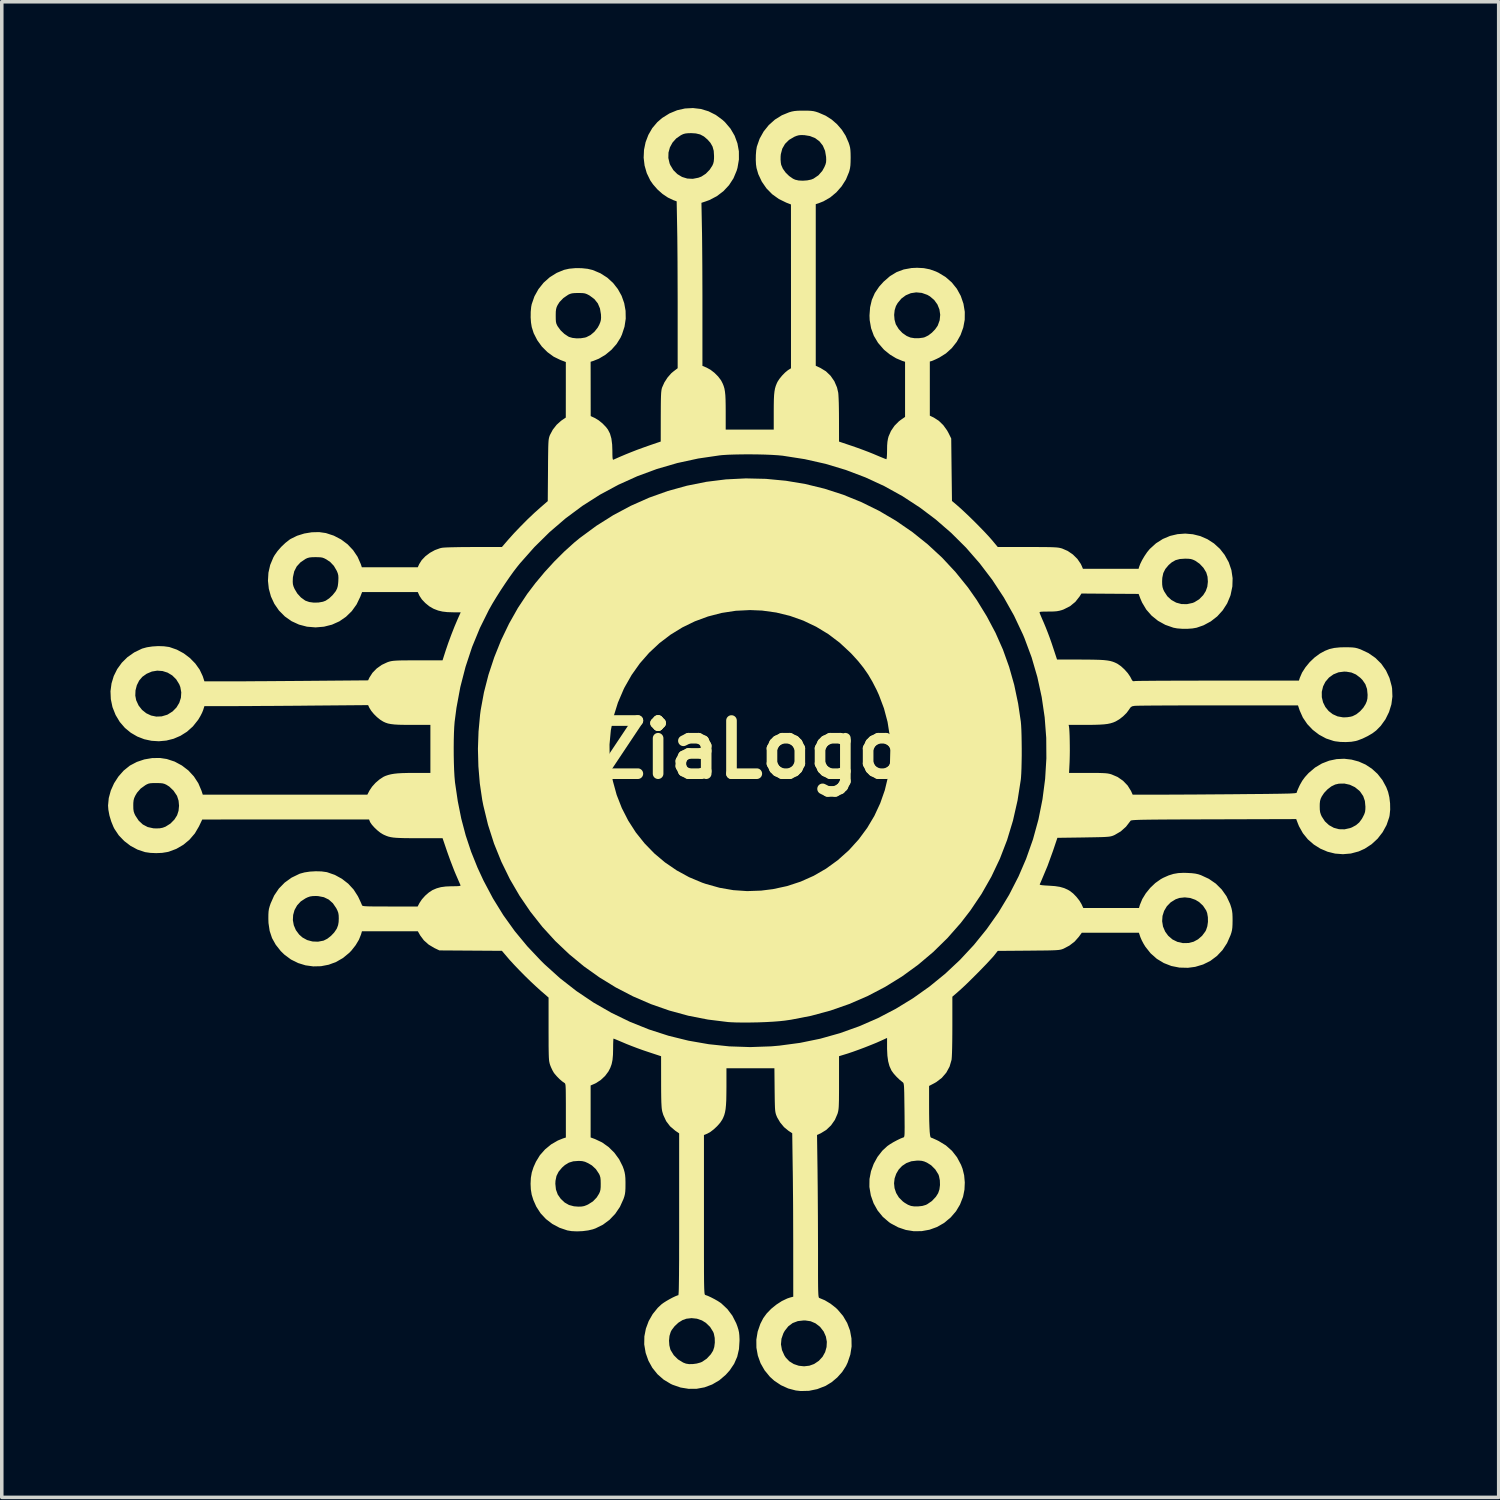
<source format=kicad_pcb>
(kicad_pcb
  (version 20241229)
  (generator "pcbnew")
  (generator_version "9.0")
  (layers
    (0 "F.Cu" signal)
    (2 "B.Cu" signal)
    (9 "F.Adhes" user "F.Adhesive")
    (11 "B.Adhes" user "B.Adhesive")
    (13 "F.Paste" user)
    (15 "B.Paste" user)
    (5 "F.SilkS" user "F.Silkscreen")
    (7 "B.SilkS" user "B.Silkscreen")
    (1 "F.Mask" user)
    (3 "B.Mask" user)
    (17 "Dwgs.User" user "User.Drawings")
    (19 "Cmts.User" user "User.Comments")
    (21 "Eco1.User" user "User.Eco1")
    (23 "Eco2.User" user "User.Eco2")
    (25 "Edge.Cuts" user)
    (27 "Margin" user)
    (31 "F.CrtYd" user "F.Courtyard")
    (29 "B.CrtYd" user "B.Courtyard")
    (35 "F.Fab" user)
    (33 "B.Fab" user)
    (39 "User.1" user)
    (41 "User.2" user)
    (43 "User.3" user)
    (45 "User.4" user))
  (footprint "ZiaLogo"
    (layer "F.Cu")
    (at 18.134 18.111)
    (property "Reference" "ZiaLogo" (at 0 0 0) (layer "F.SilkS") (effects (font (size 1.5 1.5) (thickness 0.3))))
    (attr board_only exclude_from_pos_files exclude_from_bom)
    (fp_poly (pts (xy 0.434 -7.644) (xy 1.002 -7.59) (xy 1.55 -7.498) (xy 2.091 -7.366) (xy 2.62 -7.195) (xy 3.134 -6.986) (xy 3.632 -6.74) (xy 4.11 -6.459) (xy 4.567 -6.144) (xy 5.001 -5.797) (xy 5.409 -5.42) (xy 5.788 -5.013) (xy 6.138 -4.58) (xy 6.386 -4.226) (xy 6.67 -3.764) (xy 6.917 -3.298) (xy 7.127 -2.824) (xy 7.302 -2.335) (xy 7.445 -1.829) (xy 7.556 -1.299) (xy 7.631 -0.794) (xy 7.64 -0.693) (xy 7.647 -0.558) (xy 7.652 -0.396) (xy 7.655 -0.216) (xy 7.657 -0.026) (xy 7.657 0.167) (xy 7.654 0.353) (xy 7.65 0.526) (xy 7.644 0.676) (xy 7.636 0.797) (xy 7.631 0.847) (xy 7.539 1.435) (xy 7.41 2.003) (xy 7.244 2.551) (xy 7.041 3.078) (xy 6.8 3.586) (xy 6.522 4.074) (xy 6.206 4.543) (xy 5.937 4.891) (xy 5.562 5.317) (xy 5.159 5.712) (xy 4.73 6.074) (xy 4.277 6.403) (xy 3.801 6.697) (xy 3.304 6.957) (xy 2.789 7.18) (xy 2.256 7.366) (xy 1.708 7.514) (xy 1.146 7.623) (xy 0.968 7.649) (xy 0.818 7.665) (xy 0.637 7.679) (xy 0.435 7.69) (xy 0.22 7.698) (xy 0.003 7.702) (xy -0.206 7.703) (xy -0.398 7.701) (xy -0.562 7.694) (xy -0.636 7.689) (xy -1.202 7.619) (xy -1.754 7.511) (xy -2.292 7.364) (xy -2.813 7.182) (xy -3.316 6.964) (xy -3.8 6.713) (xy -4.263 6.429) (xy -4.704 6.115) (xy -5.12 5.771) (xy -5.511 5.4) (xy -5.875 5.001) (xy -6.21 4.577) (xy -6.516 4.128) (xy -6.79 3.658) (xy -7.031 3.165) (xy -7.238 2.653) (xy -7.408 2.122) (xy -7.541 1.574) (xy -7.572 1.416) (xy -7.64 0.954) (xy -7.68 0.472) (xy -7.693 -0.021) (xy -7.689 -0.143) (xy -3.979 -0.143) (xy -3.974 0.262) (xy -3.927 0.669) (xy -3.884 0.887) (xy -3.777 1.277) (xy -3.631 1.65) (xy -3.45 2.004) (xy -3.236 2.337) (xy -2.989 2.646) (xy -2.714 2.929) (xy -2.411 3.184) (xy -2.083 3.408) (xy -1.732 3.6) (xy -1.36 3.756) (xy -1.26 3.79) (xy -0.872 3.899) (xy -0.485 3.966) (xy -0.095 3.993) (xy 0.302 3.979) (xy 0.636 3.937) (xy 1.034 3.851) (xy 1.418 3.725) (xy 1.785 3.561) (xy 2.133 3.36) (xy 2.463 3.121) (xy 2.771 2.846) (xy 2.788 2.829) (xy 3.059 2.529) (xy 3.296 2.208) (xy 3.498 1.868) (xy 3.663 1.513) (xy 3.792 1.145) (xy 3.883 0.767) (xy 3.937 0.382) (xy 3.953 -0.006) (xy 3.931 -0.396) (xy 3.87 -0.783) (xy 3.768 -1.166) (xy 3.627 -1.541) (xy 3.562 -1.684) (xy 3.443 -1.916) (xy 3.322 -2.122) (xy 3.19 -2.312) (xy 3.041 -2.498) (xy 2.865 -2.692) (xy 2.818 -2.74) (xy 2.519 -3.018) (xy 2.197 -3.262) (xy 1.854 -3.47) (xy 1.493 -3.642) (xy 1.116 -3.776) (xy 0.727 -3.871) (xy 0.328 -3.926) (xy -0.011 -3.94) (xy -0.417 -3.92) (xy -0.814 -3.859) (xy -1.199 -3.759) (xy -1.57 -3.622) (xy -1.923 -3.45) (xy -2.258 -3.244) (xy -2.571 -3.005) (xy -2.86 -2.735) (xy -3.122 -2.436) (xy -3.354 -2.109) (xy -3.555 -1.756) (xy -3.58 -1.705) (xy -3.742 -1.326) (xy -3.863 -0.938) (xy -3.942 -0.543) (xy -3.979 -0.143) (xy -7.689 -0.143) (xy -7.676 -0.512) (xy -7.632 -0.99) (xy -7.614 -1.123) (xy -7.523 -1.617) (xy -7.395 -2.115) (xy -7.232 -2.608) (xy -7.038 -3.092) (xy -6.814 -3.558) (xy -6.564 -4.001) (xy -6.304 -4.393) (xy -6.069 -4.703) (xy -5.811 -5.012) (xy -5.537 -5.311) (xy -5.256 -5.591) (xy -4.976 -5.844) (xy -4.819 -5.973) (xy -4.355 -6.315) (xy -3.873 -6.619) (xy -3.374 -6.885) (xy -2.86 -7.113) (xy -2.333 -7.301) (xy -1.795 -7.45) (xy -1.248 -7.56) (xy -0.693 -7.629) (xy -0.131 -7.657)) (stroke (width 0) (type solid)) (fill yes) (layer "F.SilkS"))
    (fp_poly (pts (xy -1.401 -18.085) (xy -1.185 -18.02) (xy -0.98 -17.917) (xy -0.788 -17.776) (xy -0.718 -17.711) (xy -0.564 -17.53) (xy -0.447 -17.33) (xy -0.368 -17.115) (xy -0.327 -16.89) (xy -0.326 -16.658) (xy -0.366 -16.424) (xy -0.39 -16.342) (xy -0.48 -16.127) (xy -0.606 -15.933) (xy -0.763 -15.765) (xy -0.948 -15.624) (xy -1.159 -15.514) (xy -1.269 -15.474) (xy -1.384 -15.436) (xy -1.37 -14.706) (xy -1.367 -14.558) (xy -1.365 -14.374) (xy -1.363 -14.159) (xy -1.361 -13.918) (xy -1.359 -13.658) (xy -1.358 -13.384) (xy -1.357 -13.102) (xy -1.356 -12.817) (xy -1.356 -12.535) (xy -1.356 -12.404) (xy -1.356 -10.833) (xy -1.238 -10.784) (xy -1.129 -10.724) (xy -1.016 -10.637) (xy -0.914 -10.535) (xy -0.835 -10.431) (xy -0.821 -10.407) (xy -0.785 -10.336) (xy -0.757 -10.267) (xy -0.735 -10.193) (xy -0.72 -10.107) (xy -0.709 -10.004) (xy -0.703 -9.877) (xy -0.7 -9.72) (xy -0.699 -9.544) (xy -0.699 -9.035) (xy -0.021 -9.035) (xy 0.657 -9.035) (xy 0.657 -9.544) (xy 0.658 -9.734) (xy 0.661 -9.888) (xy 0.667 -10.011) (xy 0.678 -10.112) (xy 0.693 -10.195) (xy 0.714 -10.267) (xy 0.741 -10.335) (xy 0.764 -10.384) (xy 0.818 -10.467) (xy 0.893 -10.559) (xy 0.977 -10.645) (xy 1.057 -10.711) (xy 1.073 -10.721) (xy 1.144 -10.765) (xy 1.144 -13.078) (xy 1.143 -15.39) (xy 1.011 -15.441) (xy 0.802 -15.543) (xy 0.614 -15.678) (xy 0.452 -15.843) (xy 0.32 -16.034) (xy 0.221 -16.245) (xy 0.171 -16.418) (xy 0.156 -16.52) (xy 0.15 -16.648) (xy 0.15 -16.655) (xy 0.85 -16.655) (xy 0.857 -16.567) (xy 0.867 -16.508) (xy 0.914 -16.399) (xy 0.992 -16.29) (xy 1.091 -16.193) (xy 1.2 -16.117) (xy 1.263 -16.088) (xy 1.36 -16.066) (xy 1.479 -16.06) (xy 1.602 -16.069) (xy 1.714 -16.092) (xy 1.779 -16.118) (xy 1.919 -16.213) (xy 2.028 -16.338) (xy 2.087 -16.445) (xy 2.118 -16.519) (xy 2.134 -16.581) (xy 2.138 -16.65) (xy 2.135 -16.733) (xy 2.106 -16.903) (xy 2.043 -17.05) (xy 1.949 -17.17) (xy 1.826 -17.262) (xy 1.678 -17.321) (xy 1.524 -17.346) (xy 1.433 -17.349) (xy 1.365 -17.343) (xy 1.302 -17.326) (xy 1.234 -17.298) (xy 1.089 -17.212) (xy 0.976 -17.1) (xy 0.898 -16.965) (xy 0.857 -16.809) (xy 0.851 -16.746) (xy 0.85 -16.655) (xy 0.15 -16.655) (xy 0.152 -16.784) (xy 0.162 -16.913) (xy 0.179 -17.018) (xy 0.18 -17.022) (xy 0.258 -17.245) (xy 0.371 -17.448) (xy 0.516 -17.629) (xy 0.689 -17.784) (xy 0.886 -17.907) (xy 1.091 -17.991) (xy 1.168 -18.013) (xy 1.244 -18.027) (xy 1.331 -18.035) (xy 1.443 -18.038) (xy 1.504 -18.038) (xy 1.623 -18.037) (xy 1.711 -18.032) (xy 1.782 -18.023) (xy 1.847 -18.007) (xy 1.919 -17.983) (xy 1.924 -17.981) (xy 2.12 -17.896) (xy 2.289 -17.789) (xy 2.444 -17.654) (xy 2.58 -17.497) (xy 2.687 -17.328) (xy 2.771 -17.135) (xy 2.795 -17.062) (xy 2.812 -16.996) (xy 2.821 -16.926) (xy 2.826 -16.84) (xy 2.828 -16.723) (xy 2.828 -16.714) (xy 2.826 -16.588) (xy 2.821 -16.491) (xy 2.81 -16.412) (xy 2.792 -16.337) (xy 2.781 -16.301) (xy 2.695 -16.093) (xy 2.574 -15.902) (xy 2.425 -15.732) (xy 2.252 -15.588) (xy 2.061 -15.478) (xy 1.922 -15.423) (xy 1.843 -15.398) (xy 1.843 -13.117) (xy 1.843 -10.836) (xy 1.974 -10.775) (xy 2.13 -10.68) (xy 2.262 -10.553) (xy 2.368 -10.399) (xy 2.443 -10.225) (xy 2.478 -10.073) (xy 2.483 -10.013) (xy 2.488 -9.917) (xy 2.493 -9.794) (xy 2.496 -9.649) (xy 2.498 -9.491) (xy 2.499 -9.325) (xy 2.499 -9.311) (xy 2.5 -8.696) (xy 2.865 -8.573) (xy 3.012 -8.522) (xy 3.171 -8.464) (xy 3.329 -8.404) (xy 3.469 -8.348) (xy 3.525 -8.324) (xy 3.629 -8.28) (xy 3.719 -8.243) (xy 3.788 -8.215) (xy 3.83 -8.2) (xy 3.837 -8.198) (xy 3.844 -8.218) (xy 3.85 -8.272) (xy 3.854 -8.352) (xy 3.856 -8.45) (xy 3.856 -8.45) (xy 3.858 -8.584) (xy 3.866 -8.688) (xy 3.881 -8.775) (xy 3.898 -8.84) (xy 3.966 -8.996) (xy 4.065 -9.142) (xy 4.188 -9.266) (xy 4.244 -9.309) (xy 4.364 -9.392) (xy 4.364 -10.17) (xy 4.364 -10.949) (xy 4.285 -10.974) (xy 4.112 -11.047) (xy 3.94 -11.151) (xy 3.784 -11.277) (xy 3.758 -11.302) (xy 3.601 -11.484) (xy 3.483 -11.682) (xy 3.405 -11.896) (xy 3.365 -12.126) (xy 3.36 -12.255) (xy 3.361 -12.272) (xy 4.056 -12.272) (xy 4.067 -12.136) (xy 4.1 -12.014) (xy 4.106 -12.001) (xy 4.184 -11.873) (xy 4.288 -11.762) (xy 4.41 -11.677) (xy 4.515 -11.633) (xy 4.627 -11.615) (xy 4.754 -11.614) (xy 4.875 -11.63) (xy 4.921 -11.643) (xy 5.02 -11.692) (xy 5.121 -11.769) (xy 5.212 -11.863) (xy 5.281 -11.961) (xy 5.287 -11.972) (xy 5.341 -12.122) (xy 5.356 -12.276) (xy 5.334 -12.426) (xy 5.277 -12.567) (xy 5.187 -12.692) (xy 5.067 -12.794) (xy 4.992 -12.838) (xy 4.836 -12.893) (xy 4.679 -12.908) (xy 4.527 -12.885) (xy 4.386 -12.826) (xy 4.26 -12.733) (xy 4.155 -12.607) (xy 4.106 -12.521) (xy 4.07 -12.406) (xy 4.056 -12.272) (xy 3.361 -12.272) (xy 3.377 -12.487) (xy 3.426 -12.696) (xy 3.51 -12.888) (xy 3.632 -13.069) (xy 3.759 -13.21) (xy 3.937 -13.365) (xy 4.124 -13.479) (xy 4.327 -13.555) (xy 4.548 -13.595) (xy 4.703 -13.602) (xy 4.893 -13.592) (xy 5.064 -13.558) (xy 5.232 -13.498) (xy 5.307 -13.463) (xy 5.507 -13.342) (xy 5.681 -13.19) (xy 5.825 -13.011) (xy 5.936 -12.809) (xy 6.012 -12.588) (xy 6.05 -12.358) (xy 6.048 -12.135) (xy 6.007 -11.916) (xy 5.931 -11.705) (xy 5.822 -11.51) (xy 5.683 -11.334) (xy 5.518 -11.185) (xy 5.33 -11.067) (xy 5.328 -11.066) (xy 5.246 -11.026) (xy 5.173 -10.993) (xy 5.122 -10.972) (xy 5.111 -10.969) (xy 5.063 -10.956) (xy 5.063 -10.192) (xy 5.063 -9.428) (xy 5.178 -9.372) (xy 5.316 -9.283) (xy 5.442 -9.161) (xy 5.549 -9.013) (xy 5.589 -8.941) (xy 5.667 -8.783) (xy 5.677 -7.902) (xy 5.688 -7.02) (xy 5.847 -6.885) (xy 5.951 -6.793) (xy 6.074 -6.678) (xy 6.209 -6.549) (xy 6.348 -6.412) (xy 6.484 -6.274) (xy 6.611 -6.143) (xy 6.721 -6.025) (xy 6.807 -5.928) (xy 6.811 -5.923) (xy 6.98 -5.721) (xy 7.82 -5.72) (xy 8.033 -5.72) (xy 8.208 -5.719) (xy 8.35 -5.718) (xy 8.464 -5.716) (xy 8.553 -5.713) (xy 8.623 -5.709) (xy 8.677 -5.704) (xy 8.721 -5.697) (xy 8.76 -5.688) (xy 8.796 -5.678) (xy 8.955 -5.609) (xy 9.101 -5.509) (xy 9.228 -5.384) (xy 9.324 -5.243) (xy 9.353 -5.182) (xy 9.385 -5.105) (xy 10.171 -5.105) (xy 10.956 -5.105) (xy 10.969 -5.153) (xy 11.002 -5.242) (xy 11.055 -5.35) (xy 11.123 -5.465) (xy 11.196 -5.573) (xy 11.269 -5.662) (xy 11.274 -5.667) (xy 11.448 -5.825) (xy 11.64 -5.947) (xy 11.844 -6.033) (xy 12.056 -6.083) (xy 12.272 -6.099) (xy 12.488 -6.08) (xy 12.698 -6.028) (xy 12.898 -5.941) (xy 13.084 -5.821) (xy 13.252 -5.668) (xy 13.385 -5.498) (xy 13.501 -5.289) (xy 13.576 -5.069) (xy 13.61 -4.84) (xy 13.603 -4.607) (xy 13.554 -4.371) (xy 13.546 -4.343) (xy 13.456 -4.128) (xy 13.331 -3.933) (xy 13.176 -3.762) (xy 12.994 -3.62) (xy 12.79 -3.51) (xy 12.594 -3.442) (xy 12.475 -3.421) (xy 12.332 -3.411) (xy 12.182 -3.412) (xy 12.042 -3.423) (xy 11.937 -3.443) (xy 11.71 -3.523) (xy 11.504 -3.637) (xy 11.324 -3.782) (xy 11.173 -3.954) (xy 11.055 -4.152) (xy 11.006 -4.265) (xy 10.957 -4.396) (xy 10.15 -4.401) (xy 9.343 -4.407) (xy 9.29 -4.323) (xy 9.17 -4.171) (xy 9.02 -4.049) (xy 8.842 -3.959) (xy 8.794 -3.941) (xy 8.722 -3.921) (xy 8.646 -3.907) (xy 8.552 -3.9) (xy 8.43 -3.898) (xy 8.408 -3.898) (xy 8.3 -3.897) (xy 8.228 -3.895) (xy 8.185 -3.891) (xy 8.165 -3.882) (xy 8.16 -3.869) (xy 8.162 -3.861) (xy 8.175 -3.828) (xy 8.201 -3.766) (xy 8.237 -3.681) (xy 8.28 -3.583) (xy 8.29 -3.559) (xy 8.337 -3.446) (xy 8.392 -3.306) (xy 8.449 -3.154) (xy 8.502 -3.003) (xy 8.53 -2.919) (xy 8.654 -2.544) (xy 9.321 -2.543) (xy 9.536 -2.542) (xy 9.714 -2.539) (xy 9.859 -2.535) (xy 9.978 -2.528) (xy 10.074 -2.517) (xy 10.154 -2.503) (xy 10.223 -2.484) (xy 10.285 -2.46) (xy 10.346 -2.431) (xy 10.364 -2.421) (xy 10.459 -2.355) (xy 10.558 -2.264) (xy 10.65 -2.161) (xy 10.72 -2.058) (xy 10.738 -2.023) (xy 10.768 -1.965) (xy 10.792 -1.937) (xy 10.821 -1.931) (xy 10.85 -1.936) (xy 10.88 -1.938) (xy 10.949 -1.939) (xy 11.055 -1.941) (xy 11.195 -1.942) (xy 11.365 -1.944) (xy 11.564 -1.945) (xy 11.789 -1.946) (xy 12.035 -1.947) (xy 12.302 -1.948) (xy 12.585 -1.948) (xy 12.882 -1.949) (xy 13.191 -1.949) (xy 13.199 -1.949) (xy 15.482 -1.949) (xy 15.507 -2.028) (xy 15.57 -2.174) (xy 15.666 -2.324) (xy 15.785 -2.469) (xy 15.922 -2.6) (xy 16.067 -2.707) (xy 16.081 -2.716) (xy 16.215 -2.789) (xy 16.344 -2.84) (xy 16.48 -2.871) (xy 16.637 -2.887) (xy 16.789 -2.891) (xy 16.907 -2.889) (xy 16.995 -2.885) (xy 17.064 -2.877) (xy 17.126 -2.863) (xy 17.191 -2.841) (xy 17.223 -2.83) (xy 17.446 -2.725) (xy 17.641 -2.589) (xy 17.806 -2.426) (xy 17.939 -2.236) (xy 18.038 -2.023) (xy 18.101 -1.79) (xy 18.112 -1.724) (xy 18.121 -1.501) (xy 18.092 -1.278) (xy 18.025 -1.061) (xy 17.924 -0.856) (xy 17.791 -0.671) (xy 17.663 -0.541) (xy 17.557 -0.461) (xy 17.424 -0.383) (xy 17.28 -0.313) (xy 17.141 -0.26) (xy 17.086 -0.244) (xy 16.957 -0.222) (xy 16.805 -0.214) (xy 16.648 -0.218) (xy 16.504 -0.236) (xy 16.461 -0.245) (xy 16.249 -0.315) (xy 16.051 -0.422) (xy 15.872 -0.559) (xy 15.718 -0.721) (xy 15.593 -0.905) (xy 15.505 -1.102) (xy 15.455 -1.25) (xy 13.196 -1.25) (xy 12.888 -1.25) (xy 12.591 -1.249) (xy 12.307 -1.249) (xy 12.04 -1.248) (xy 11.791 -1.247) (xy 11.565 -1.246) (xy 11.365 -1.245) (xy 11.192 -1.243) (xy 11.05 -1.242) (xy 10.942 -1.24) (xy 10.87 -1.238) (xy 10.839 -1.236) (xy 10.776 -1.224) (xy 10.735 -1.199) (xy 10.699 -1.151) (xy 10.688 -1.133) (xy 10.617 -1.037) (xy 10.519 -0.94) (xy 10.409 -0.855) (xy 10.31 -0.797) (xy 10.24 -0.767) (xy 10.165 -0.744) (xy 10.08 -0.726) (xy 9.979 -0.714) (xy 9.855 -0.706) (xy 9.703 -0.701) (xy 9.516 -0.699) (xy 9.465 -0.699) (xy 8.981 -0.699) (xy 8.991 -0.651) (xy 8.998 -0.596) (xy 9.004 -0.506) (xy 9.009 -0.39) (xy 9.012 -0.256) (xy 9.014 -0.113) (xy 9.015 0.033) (xy 9.013 0.172) (xy 9.01 0.296) (xy 9.008 0.355) (xy 8.993 0.657) (xy 9.525 0.657) (xy 9.695 0.657) (xy 9.828 0.658) (xy 9.931 0.661) (xy 10.01 0.665) (xy 10.073 0.671) (xy 10.124 0.68) (xy 10.171 0.692) (xy 10.193 0.699) (xy 10.364 0.772) (xy 10.518 0.879) (xy 10.646 1.012) (xy 10.742 1.166) (xy 10.749 1.182) (xy 10.789 1.271) (xy 11.469 1.271) (xy 11.605 1.271) (xy 11.778 1.27) (xy 11.982 1.269) (xy 12.213 1.268) (xy 12.465 1.267) (xy 12.734 1.265) (xy 13.012 1.263) (xy 13.297 1.261) (xy 13.581 1.259) (xy 13.786 1.257) (xy 14.088 1.254) (xy 14.351 1.252) (xy 14.577 1.25) (xy 14.769 1.247) (xy 14.93 1.245) (xy 15.062 1.242) (xy 15.169 1.24) (xy 15.252 1.237) (xy 15.315 1.233) (xy 15.36 1.23) (xy 15.391 1.225) (xy 15.41 1.22) (xy 15.419 1.214) (xy 15.422 1.208) (xy 15.422 1.206) (xy 15.431 1.172) (xy 15.456 1.111) (xy 15.491 1.034) (xy 15.51 0.994) (xy 15.576 0.878) (xy 15.652 0.774) (xy 15.751 0.665) (xy 15.759 0.657) (xy 15.938 0.505) (xy 16.132 0.39) (xy 16.336 0.311) (xy 16.546 0.267) (xy 16.758 0.257) (xy 16.967 0.281) (xy 17.171 0.336) (xy 17.364 0.422) (xy 17.542 0.539) (xy 17.701 0.684) (xy 17.838 0.858) (xy 17.947 1.059) (xy 17.999 1.194) (xy 18.035 1.347) (xy 18.055 1.518) (xy 18.058 1.692) (xy 18.042 1.852) (xy 18.031 1.907) (xy 17.956 2.127) (xy 17.845 2.33) (xy 17.703 2.513) (xy 17.533 2.67) (xy 17.34 2.796) (xy 17.169 2.873) (xy 16.948 2.932) (xy 16.724 2.951) (xy 16.503 2.934) (xy 16.289 2.881) (xy 16.086 2.794) (xy 15.9 2.677) (xy 15.734 2.532) (xy 15.594 2.359) (xy 15.484 2.162) (xy 15.455 2.091) (xy 15.405 1.96) (xy 13.078 1.967) (xy 12.711 1.968) (xy 12.384 1.969) (xy 12.095 1.97) (xy 11.842 1.971) (xy 11.621 1.973) (xy 11.432 1.974) (xy 11.271 1.976) (xy 11.136 1.978) (xy 11.025 1.98) (xy 10.936 1.983) (xy 10.867 1.986) (xy 10.814 1.989) (xy 10.777 1.993) (xy 10.752 1.997) (xy 10.737 2.001) (xy 10.73 2.006) (xy 10.73 2.007) (xy 10.6 2.176) (xy 10.452 2.308) (xy 10.283 2.407) (xy 10.245 2.424) (xy 10.213 2.436) (xy 10.18 2.445) (xy 10.14 2.453) (xy 10.088 2.459) (xy 10.02 2.464) (xy 9.931 2.468) (xy 9.816 2.471) (xy 9.67 2.474) (xy 9.488 2.477) (xy 9.4 2.479) (xy 8.664 2.489) (xy 8.539 2.86) (xy 8.385 3.284) (xy 8.198 3.73) (xy 8.164 3.805) (xy 8.177 3.816) (xy 8.227 3.826) (xy 8.316 3.834) (xy 8.425 3.84) (xy 8.597 3.852) (xy 8.737 3.874) (xy 8.855 3.908) (xy 8.961 3.956) (xy 9.017 3.989) (xy 9.109 4.06) (xy 9.202 4.156) (xy 9.286 4.262) (xy 9.346 4.363) (xy 9.347 4.366) (xy 9.395 4.47) (xy 10.181 4.47) (xy 10.967 4.47) (xy 10.993 4.38) (xy 11.06 4.218) (xy 11.16 4.055) (xy 11.285 3.901) (xy 11.428 3.765) (xy 11.582 3.656) (xy 11.651 3.618) (xy 11.802 3.551) (xy 11.939 3.508) (xy 12.077 3.484) (xy 12.232 3.477) (xy 12.329 3.48) (xy 12.457 3.487) (xy 12.556 3.499) (xy 12.639 3.517) (xy 12.716 3.543) (xy 12.94 3.647) (xy 13.136 3.782) (xy 13.302 3.947) (xy 13.437 4.137) (xy 13.538 4.353) (xy 13.552 4.394) (xy 13.578 4.477) (xy 13.594 4.55) (xy 13.604 4.627) (xy 13.608 4.722) (xy 13.609 4.819) (xy 13.607 4.937) (xy 13.602 5.026) (xy 13.592 5.099) (xy 13.574 5.17) (xy 13.551 5.238) (xy 13.453 5.461) (xy 13.324 5.658) (xy 13.166 5.825) (xy 12.983 5.962) (xy 12.778 6.064) (xy 12.554 6.131) (xy 12.349 6.158) (xy 12.109 6.152) (xy 11.881 6.107) (xy 11.666 6.023) (xy 11.47 5.904) (xy 11.296 5.75) (xy 11.149 5.565) (xy 11.095 5.477) (xy 11.045 5.382) (xy 11.01 5.301) (xy 11.006 5.291) (xy 10.965 5.169) (xy 10.158 5.169) (xy 9.352 5.169) (xy 9.267 5.286) (xy 9.15 5.418) (xy 9.003 5.531) (xy 8.842 5.616) (xy 8.838 5.618) (xy 8.807 5.63) (xy 8.776 5.64) (xy 8.742 5.648) (xy 8.7 5.654) (xy 8.644 5.659) (xy 8.572 5.663) (xy 8.479 5.666) (xy 8.36 5.669) (xy 8.211 5.67) (xy 8.027 5.672) (xy 7.849 5.674) (xy 6.98 5.681) (xy 6.895 5.789) (xy 6.842 5.853) (xy 6.762 5.94) (xy 6.664 6.046) (xy 6.551 6.163) (xy 6.43 6.287) (xy 6.306 6.411) (xy 6.185 6.531) (xy 6.073 6.64) (xy 5.974 6.732) (xy 5.907 6.793) (xy 5.699 6.974) (xy 5.699 7.805) (xy 5.698 8.032) (xy 5.696 8.235) (xy 5.693 8.412) (xy 5.689 8.557) (xy 5.684 8.668) (xy 5.678 8.742) (xy 5.675 8.761) (xy 5.62 8.948) (xy 5.528 9.117) (xy 5.402 9.264) (xy 5.247 9.383) (xy 5.191 9.415) (xy 5.042 9.493) (xy 5.042 10.016) (xy 5.043 10.27) (xy 5.046 10.482) (xy 5.052 10.653) (xy 5.059 10.785) (xy 5.069 10.879) (xy 5.081 10.934) (xy 5.096 10.952) (xy 5.096 10.952) (xy 5.125 10.961) (xy 5.182 10.986) (xy 5.259 11.021) (xy 5.315 11.049) (xy 5.517 11.172) (xy 5.689 11.325) (xy 5.831 11.507) (xy 5.944 11.72) (xy 5.987 11.832) (xy 6.032 12.015) (xy 6.05 12.216) (xy 6.041 12.419) (xy 6.004 12.607) (xy 5.999 12.626) (xy 5.915 12.841) (xy 5.803 13.029) (xy 5.657 13.199) (xy 5.648 13.208) (xy 5.466 13.36) (xy 5.267 13.474) (xy 5.055 13.551) (xy 4.835 13.591) (xy 4.611 13.594) (xy 4.387 13.558) (xy 4.169 13.484) (xy 3.96 13.372) (xy 3.909 13.337) (xy 3.734 13.186) (xy 3.589 13.008) (xy 3.476 12.806) (xy 3.398 12.585) (xy 3.358 12.35) (xy 3.357 12.335) (xy 3.358 12.24) (xy 4.053 12.24) (xy 4.067 12.379) (xy 4.112 12.514) (xy 4.189 12.641) (xy 4.301 12.753) (xy 4.351 12.79) (xy 4.446 12.847) (xy 4.532 12.88) (xy 4.626 12.894) (xy 4.735 12.893) (xy 4.852 12.88) (xy 4.95 12.851) (xy 4.989 12.832) (xy 5.121 12.742) (xy 5.234 12.622) (xy 5.298 12.52) (xy 5.334 12.415) (xy 5.35 12.289) (xy 5.346 12.158) (xy 5.322 12.037) (xy 5.304 11.988) (xy 5.217 11.849) (xy 5.1 11.732) (xy 4.982 11.658) (xy 4.906 11.625) (xy 4.836 11.607) (xy 4.753 11.6) (xy 4.703 11.6) (xy 4.541 11.619) (xy 4.4 11.671) (xy 4.28 11.751) (xy 4.184 11.853) (xy 4.114 11.972) (xy 4.069 12.102) (xy 4.053 12.24) (xy 3.358 12.24) (xy 3.36 12.119) (xy 3.402 11.901) (xy 3.479 11.691) (xy 3.587 11.495) (xy 3.723 11.32) (xy 3.864 11.19) (xy 3.939 11.138) (xy 4.033 11.081) (xy 4.134 11.027) (xy 4.228 10.981) (xy 4.303 10.951) (xy 4.317 10.947) (xy 4.327 10.943) (xy 4.335 10.933) (xy 4.342 10.914) (xy 4.347 10.881) (xy 4.35 10.83) (xy 4.351 10.757) (xy 4.352 10.657) (xy 4.351 10.528) (xy 4.35 10.364) (xy 4.348 10.177) (xy 4.345 9.977) (xy 4.343 9.816) (xy 4.341 9.689) (xy 4.338 9.591) (xy 4.335 9.518) (xy 4.33 9.467) (xy 4.324 9.432) (xy 4.317 9.41) (xy 4.308 9.397) (xy 4.296 9.387) (xy 4.293 9.385) (xy 4.21 9.318) (xy 4.123 9.234) (xy 4.044 9.146) (xy 3.985 9.065) (xy 3.976 9.049) (xy 3.923 8.931) (xy 3.887 8.797) (xy 3.865 8.638) (xy 3.856 8.448) (xy 3.856 8.406) (xy 3.856 8.138) (xy 3.681 8.218) (xy 3.554 8.274) (xy 3.399 8.337) (xy 3.23 8.404) (xy 3.057 8.469) (xy 2.893 8.528) (xy 2.751 8.576) (xy 2.696 8.593) (xy 2.5 8.653) (xy 2.5 9.398) (xy 2.5 9.598) (xy 2.499 9.761) (xy 2.498 9.891) (xy 2.495 9.994) (xy 2.492 10.074) (xy 2.487 10.136) (xy 2.48 10.186) (xy 2.472 10.227) (xy 2.461 10.266) (xy 2.458 10.277) (xy 2.383 10.451) (xy 2.275 10.605) (xy 2.14 10.734) (xy 1.983 10.83) (xy 1.971 10.835) (xy 1.879 10.877) (xy 1.893 11.873) (xy 1.895 12.091) (xy 1.898 12.344) (xy 1.9 12.621) (xy 1.902 12.916) (xy 1.904 13.218) (xy 1.905 13.521) (xy 1.906 13.816) (xy 1.907 14.093) (xy 1.907 14.168) (xy 1.907 14.435) (xy 1.907 14.663) (xy 1.907 14.855) (xy 1.908 15.014) (xy 1.909 15.143) (xy 1.911 15.246) (xy 1.914 15.324) (xy 1.917 15.383) (xy 1.921 15.424) (xy 1.926 15.451) (xy 1.931 15.467) (xy 1.938 15.475) (xy 1.944 15.478) (xy 2.099 15.543) (xy 2.258 15.638) (xy 2.408 15.755) (xy 2.459 15.804) (xy 2.613 15.985) (xy 2.73 16.184) (xy 2.81 16.397) (xy 2.851 16.62) (xy 2.855 16.847) (xy 2.819 17.076) (xy 2.743 17.301) (xy 2.697 17.399) (xy 2.59 17.565) (xy 2.451 17.721) (xy 2.292 17.855) (xy 2.123 17.958) (xy 2.117 17.961) (xy 1.885 18.051) (xy 1.652 18.099) (xy 1.418 18.105) (xy 1.278 18.089) (xy 1.066 18.033) (xy 0.861 17.94) (xy 0.672 17.814) (xy 0.549 17.703) (xy 0.399 17.52) (xy 0.285 17.32) (xy 0.208 17.105) (xy 0.168 16.882) (xy 0.167 16.788) (xy 0.861 16.788) (xy 0.889 16.947) (xy 0.958 17.101) (xy 0.996 17.16) (xy 1.096 17.265) (xy 1.221 17.343) (xy 1.363 17.391) (xy 1.513 17.407) (xy 1.662 17.39) (xy 1.796 17.342) (xy 1.93 17.252) (xy 2.035 17.138) (xy 2.108 17.006) (xy 2.148 16.863) (xy 2.156 16.714) (xy 2.129 16.567) (xy 2.067 16.426) (xy 1.969 16.299) (xy 1.956 16.286) (xy 1.834 16.193) (xy 1.699 16.135) (xy 1.544 16.112) (xy 1.504 16.112) (xy 1.337 16.131) (xy 1.191 16.186) (xy 1.068 16.278) (xy 0.967 16.406) (xy 0.93 16.472) (xy 0.875 16.629) (xy 0.861 16.788) (xy 0.167 16.788) (xy 0.166 16.655) (xy 0.203 16.429) (xy 0.279 16.208) (xy 0.363 16.045) (xy 0.46 15.913) (xy 0.586 15.783) (xy 0.732 15.665) (xy 0.886 15.565) (xy 1.039 15.492) (xy 1.117 15.466) (xy 1.208 15.442) (xy 1.207 14.166) (xy 1.207 13.895) (xy 1.206 13.602) (xy 1.205 13.297) (xy 1.204 12.988) (xy 1.202 12.685) (xy 1.199 12.395) (xy 1.197 12.129) (xy 1.194 11.895) (xy 1.193 11.86) (xy 1.179 10.829) (xy 1.072 10.758) (xy 0.948 10.656) (xy 0.839 10.525) (xy 0.754 10.381) (xy 0.739 10.345) (xy 0.724 10.308) (xy 0.713 10.271) (xy 0.704 10.23) (xy 0.697 10.179) (xy 0.692 10.112) (xy 0.689 10.024) (xy 0.686 9.91) (xy 0.684 9.764) (xy 0.682 9.607) (xy 0.676 8.993) (xy -0.001 8.993) (xy -0.678 8.993) (xy -0.678 9.522) (xy -0.68 9.727) (xy -0.683 9.896) (xy -0.691 10.034) (xy -0.702 10.146) (xy -0.719 10.239) (xy -0.741 10.319) (xy -0.77 10.39) (xy -0.798 10.446) (xy -0.857 10.534) (xy -0.94 10.628) (xy -1.035 10.717) (xy -1.13 10.79) (xy -1.215 10.838) (xy -1.313 10.878) (xy -1.313 13.131) (xy -1.313 13.489) (xy -1.313 13.806) (xy -1.313 14.086) (xy -1.313 14.331) (xy -1.312 14.543) (xy -1.312 14.724) (xy -1.311 14.878) (xy -1.31 15.006) (xy -1.308 15.11) (xy -1.306 15.194) (xy -1.303 15.259) (xy -1.3 15.308) (xy -1.297 15.343) (xy -1.293 15.366) (xy -1.288 15.381) (xy -1.282 15.389) (xy -1.276 15.393) (xy -1.27 15.395) (xy -1.203 15.419) (xy -1.114 15.46) (xy -1.017 15.51) (xy -0.923 15.563) (xy -0.847 15.613) (xy -0.826 15.628) (xy -0.652 15.791) (xy -0.511 15.978) (xy -0.402 16.192) (xy -0.369 16.28) (xy -0.341 16.369) (xy -0.323 16.449) (xy -0.314 16.535) (xy -0.309 16.643) (xy -0.309 16.683) (xy -0.324 16.921) (xy -0.374 17.137) (xy -0.461 17.336) (xy -0.586 17.522) (xy -0.7 17.649) (xy -0.881 17.803) (xy -1.081 17.92) (xy -1.294 18) (xy -1.516 18.041) (xy -1.743 18.043) (xy -1.972 18.006) (xy -2.198 17.928) (xy -2.253 17.902) (xy -2.452 17.782) (xy -2.625 17.63) (xy -2.769 17.451) (xy -2.88 17.25) (xy -2.958 17.03) (xy -2.998 16.795) (xy -2.999 16.784) (xy -2.997 16.682) (xy -2.299 16.682) (xy -2.29 16.815) (xy -2.261 16.932) (xy -2.253 16.95) (xy -2.165 17.093) (xy -2.045 17.212) (xy -1.9 17.301) (xy -1.822 17.331) (xy -1.737 17.345) (xy -1.63 17.344) (xy -1.517 17.329) (xy -1.415 17.301) (xy -1.366 17.281) (xy -1.234 17.191) (xy -1.121 17.07) (xy -1.057 16.969) (xy -1.022 16.864) (xy -1.006 16.738) (xy -1.009 16.607) (xy -1.033 16.486) (xy -1.052 16.436) (xy -1.14 16.295) (xy -1.259 16.18) (xy -1.371 16.111) (xy -1.511 16.063) (xy -1.662 16.047) (xy -1.81 16.064) (xy -1.917 16.102) (xy -2.033 16.174) (xy -2.139 16.272) (xy -2.223 16.382) (xy -2.251 16.435) (xy -2.286 16.549) (xy -2.299 16.682) (xy -2.997 16.682) (xy -2.995 16.563) (xy -2.952 16.343) (xy -2.873 16.131) (xy -2.76 15.933) (xy -2.616 15.755) (xy -2.509 15.655) (xy -2.451 15.613) (xy -2.374 15.564) (xy -2.287 15.514) (xy -2.199 15.467) (xy -2.121 15.43) (xy -2.062 15.406) (xy -2.037 15.401) (xy -2.033 15.391) (xy -2.03 15.36) (xy -2.026 15.306) (xy -2.023 15.227) (xy -2.021 15.121) (xy -2.019 14.988) (xy -2.017 14.824) (xy -2.016 14.628) (xy -2.014 14.399) (xy -2.014 14.135) (xy -2.013 13.833) (xy -2.013 13.493) (xy -2.013 13.117) (xy -2.013 10.832) (xy -2.126 10.754) (xy -2.269 10.632) (xy -2.38 10.486) (xy -2.461 10.311) (xy -2.489 10.218) (xy -2.498 10.174) (xy -2.506 10.117) (xy -2.511 10.042) (xy -2.516 9.945) (xy -2.519 9.821) (xy -2.521 9.665) (xy -2.522 9.474) (xy -2.522 9.375) (xy -2.523 8.654) (xy -2.889 8.533) (xy -3.037 8.483) (xy -3.198 8.425) (xy -3.358 8.364) (xy -3.5 8.308) (xy -3.556 8.284) (xy -3.66 8.24) (xy -3.75 8.202) (xy -3.818 8.174) (xy -3.859 8.158) (xy -3.866 8.156) (xy -3.87 8.176) (xy -3.873 8.23) (xy -3.876 8.312) (xy -3.877 8.412) (xy -3.877 8.438) (xy -3.881 8.614) (xy -3.894 8.758) (xy -3.919 8.878) (xy -3.958 8.985) (xy -4.01 9.085) (xy -4.104 9.211) (xy -4.224 9.323) (xy -4.356 9.41) (xy -4.399 9.431) (xy -4.512 9.48) (xy -4.512 10.213) (xy -4.512 10.947) (xy -4.389 10.992) (xy -4.188 11.087) (xy -4.005 11.217) (xy -3.843 11.377) (xy -3.708 11.561) (xy -3.606 11.764) (xy -3.574 11.853) (xy -3.553 11.929) (xy -3.539 12.005) (xy -3.531 12.093) (xy -3.528 12.204) (xy -3.528 12.266) (xy -3.529 12.384) (xy -3.534 12.473) (xy -3.543 12.543) (xy -3.559 12.609) (xy -3.583 12.681) (xy -3.585 12.686) (xy -3.685 12.907) (xy -3.818 13.103) (xy -3.979 13.272) (xy -4.165 13.41) (xy -4.373 13.513) (xy -4.449 13.54) (xy -4.581 13.571) (xy -4.736 13.591) (xy -4.896 13.598) (xy -5.048 13.591) (xy -5.169 13.571) (xy -5.39 13.496) (xy -5.593 13.388) (xy -5.773 13.25) (xy -5.925 13.087) (xy -6.044 12.902) (xy -6.055 12.879) (xy -6.128 12.714) (xy -6.175 12.564) (xy -6.2 12.412) (xy -6.207 12.255) (xy -5.508 12.255) (xy -5.491 12.417) (xy -5.44 12.558) (xy -5.356 12.678) (xy -5.244 12.784) (xy -5.123 12.853) (xy -4.985 12.89) (xy -4.86 12.9) (xy -4.767 12.897) (xy -4.695 12.884) (xy -4.621 12.856) (xy -4.581 12.837) (xy -4.447 12.752) (xy -4.341 12.642) (xy -4.274 12.535) (xy -4.25 12.481) (xy -4.235 12.424) (xy -4.228 12.349) (xy -4.227 12.255) (xy -4.229 12.154) (xy -4.236 12.081) (xy -4.252 12.024) (xy -4.274 11.975) (xy -4.364 11.84) (xy -4.475 11.737) (xy -4.581 11.674) (xy -4.669 11.634) (xy -4.747 11.615) (xy -4.839 11.609) (xy -4.851 11.609) (xy -5.001 11.62) (xy -5.126 11.658) (xy -5.238 11.726) (xy -5.319 11.798) (xy -5.416 11.914) (xy -5.476 12.034) (xy -5.504 12.171) (xy -5.508 12.255) (xy -6.207 12.255) (xy -6.199 12.088) (xy -6.173 11.936) (xy -6.124 11.785) (xy -6.055 11.631) (xy -5.944 11.449) (xy -5.798 11.284) (xy -5.627 11.143) (xy -5.437 11.033) (xy -5.291 10.974) (xy -5.211 10.949) (xy -5.211 10.189) (xy -5.211 9.989) (xy -5.212 9.828) (xy -5.213 9.701) (xy -5.214 9.603) (xy -5.217 9.531) (xy -5.22 9.481) (xy -5.226 9.447) (xy -5.233 9.426) (xy -5.242 9.414) (xy -5.253 9.406) (xy -5.257 9.404) (xy -5.316 9.363) (xy -5.389 9.3) (xy -5.463 9.225) (xy -5.527 9.151) (xy -5.551 9.119) (xy -5.591 9.049) (xy -5.632 8.961) (xy -5.655 8.902) (xy -5.666 8.868) (xy -5.674 8.833) (xy -5.682 8.794) (xy -5.687 8.745) (xy -5.691 8.683) (xy -5.694 8.602) (xy -5.696 8.499) (xy -5.698 8.369) (xy -5.698 8.208) (xy -5.699 8.012) (xy -5.699 7.885) (xy -5.699 6.998) (xy -5.916 6.81) (xy -6.053 6.686) (xy -6.206 6.543) (xy -6.366 6.387) (xy -6.523 6.228) (xy -6.669 6.075) (xy -6.797 5.936) (xy -6.85 5.874) (xy -7.016 5.679) (xy -7.898 5.673) (xy -8.781 5.667) (xy -8.922 5.6) (xy -9.083 5.504) (xy -9.219 5.383) (xy -9.322 5.245) (xy -9.326 5.238) (xy -9.389 5.127) (xy -10.178 5.127) (xy -10.967 5.127) (xy -10.993 5.217) (xy -11.053 5.366) (xy -11.145 5.52) (xy -11.262 5.669) (xy -11.323 5.733) (xy -11.502 5.881) (xy -11.698 5.994) (xy -11.906 6.071) (xy -12.123 6.113) (xy -12.343 6.118) (xy -12.561 6.088) (xy -12.772 6.023) (xy -12.972 5.923) (xy -13.155 5.787) (xy -13.259 5.686) (xy -13.401 5.506) (xy -13.505 5.319) (xy -13.572 5.117) (xy -13.605 4.895) (xy -13.608 4.812) (xy -12.917 4.812) (xy -12.891 4.957) (xy -12.832 5.095) (xy -12.739 5.22) (xy -12.645 5.303) (xy -12.514 5.375) (xy -12.364 5.415) (xy -12.208 5.421) (xy -12.055 5.392) (xy -12.046 5.389) (xy -11.945 5.338) (xy -11.842 5.258) (xy -11.75 5.161) (xy -11.681 5.059) (xy -11.671 5.037) (xy -11.64 4.953) (xy -11.625 4.865) (xy -11.621 4.766) (xy -11.624 4.675) (xy -11.635 4.607) (xy -11.659 4.542) (xy -11.693 4.474) (xy -11.788 4.335) (xy -11.904 4.232) (xy -12.042 4.165) (xy -12.203 4.134) (xy -12.268 4.131) (xy -12.361 4.134) (xy -12.433 4.145) (xy -12.502 4.169) (xy -12.56 4.197) (xy -12.695 4.285) (xy -12.798 4.397) (xy -12.87 4.526) (xy -12.909 4.666) (xy -12.917 4.812) (xy -13.608 4.812) (xy -13.609 4.766) (xy -13.608 4.653) (xy -13.603 4.567) (xy -13.592 4.495) (xy -13.572 4.422) (xy -13.545 4.342) (xy -13.445 4.118) (xy -13.312 3.921) (xy -13.148 3.753) (xy -12.955 3.614) (xy -12.734 3.507) (xy -12.716 3.5) (xy -12.587 3.465) (xy -12.433 3.442) (xy -12.269 3.433) (xy -12.109 3.437) (xy -11.969 3.456) (xy -11.947 3.461) (xy -11.732 3.536) (xy -11.533 3.645) (xy -11.354 3.784) (xy -11.202 3.949) (xy -11.083 4.135) (xy -11.064 4.173) (xy -11.025 4.256) (xy -10.992 4.328) (xy -10.971 4.378) (xy -10.966 4.39) (xy -10.96 4.4) (xy -10.948 4.408) (xy -10.924 4.414) (xy -10.885 4.419) (xy -10.828 4.422) (xy -10.746 4.425) (xy -10.638 4.426) (xy -10.498 4.427) (xy -10.323 4.427) (xy -10.174 4.428) (xy -9.395 4.428) (xy -9.342 4.327) (xy -9.274 4.225) (xy -9.182 4.122) (xy -9.079 4.032) (xy -8.978 3.966) (xy -8.974 3.964) (xy -8.857 3.914) (xy -8.737 3.881) (xy -8.601 3.863) (xy -8.438 3.856) (xy -8.413 3.856) (xy -8.305 3.855) (xy -8.234 3.851) (xy -8.195 3.844) (xy -8.183 3.833) (xy -8.184 3.829) (xy -8.196 3.801) (xy -8.222 3.742) (xy -8.258 3.659) (xy -8.3 3.562) (xy -8.314 3.53) (xy -8.362 3.415) (xy -8.417 3.273) (xy -8.476 3.119) (xy -8.531 2.966) (xy -8.562 2.879) (xy -8.691 2.5) (xy -9.371 2.499) (xy -9.577 2.499) (xy -9.746 2.498) (xy -9.883 2.494) (xy -9.994 2.489) (xy -10.083 2.481) (xy -10.157 2.469) (xy -10.22 2.454) (xy -10.277 2.434) (xy -10.335 2.409) (xy -10.373 2.391) (xy -10.449 2.344) (xy -10.534 2.276) (xy -10.616 2.198) (xy -10.685 2.121) (xy -10.732 2.053) (xy -10.739 2.038) (xy -10.767 1.97) (xy -13.121 1.971) (xy -15.475 1.972) (xy -15.568 2.167) (xy -15.684 2.365) (xy -15.833 2.539) (xy -16.009 2.686) (xy -16.207 2.801) (xy -16.421 2.881) (xy -16.461 2.89) (xy -16.608 2.914) (xy -16.775 2.921) (xy -16.942 2.914) (xy -17.091 2.892) (xy -17.096 2.89) (xy -17.303 2.821) (xy -17.5 2.715) (xy -17.678 2.579) (xy -17.832 2.418) (xy -17.953 2.237) (xy -17.981 2.182) (xy -18.045 2.025) (xy -18.095 1.858) (xy -18.125 1.697) (xy -18.134 1.578) (xy -17.422 1.578) (xy -17.42 1.674) (xy -17.41 1.745) (xy -17.389 1.807) (xy -17.365 1.858) (xy -17.269 2.004) (xy -17.152 2.113) (xy -17.015 2.185) (xy -16.856 2.22) (xy -16.778 2.224) (xy -16.673 2.22) (xy -16.591 2.204) (xy -16.511 2.174) (xy -16.51 2.173) (xy -16.374 2.088) (xy -16.26 1.972) (xy -16.185 1.853) (xy -16.144 1.726) (xy -16.13 1.583) (xy -16.143 1.441) (xy -16.184 1.313) (xy -16.191 1.298) (xy -16.286 1.157) (xy -16.405 1.043) (xy -16.487 0.991) (xy -16.539 0.967) (xy -16.594 0.952) (xy -16.664 0.945) (xy -16.762 0.943) (xy -16.778 0.943) (xy -16.876 0.944) (xy -16.945 0.949) (xy -16.997 0.961) (xy -17.044 0.982) (xy -17.078 1.001) (xy -17.213 1.098) (xy -17.316 1.216) (xy -17.366 1.3) (xy -17.396 1.366) (xy -17.413 1.429) (xy -17.421 1.506) (xy -17.422 1.578) (xy -18.134 1.578) (xy -18.114 1.366) (xy -18.056 1.153) (xy -17.964 0.949) (xy -17.842 0.76) (xy -17.695 0.593) (xy -17.526 0.456) (xy -17.514 0.448) (xy -17.322 0.347) (xy -17.111 0.276) (xy -16.89 0.238) (xy -16.669 0.235) (xy -16.476 0.264) (xy -16.254 0.337) (xy -16.05 0.447) (xy -15.867 0.587) (xy -15.711 0.756) (xy -15.586 0.948) (xy -15.496 1.16) (xy -15.46 1.271) (xy -13.137 1.271) (xy -10.815 1.271) (xy -10.754 1.154) (xy -10.681 1.045) (xy -10.584 0.937) (xy -10.472 0.841) (xy -10.359 0.767) (xy -10.302 0.741) (xy -10.225 0.715) (xy -10.146 0.695) (xy -10.057 0.68) (xy -9.953 0.669) (xy -9.826 0.662) (xy -9.67 0.658) (xy -9.48 0.657) (xy -9.035 0.657) (xy -9.035 -0.021) (xy -9.035 -0.057) (xy -8.377 -0.057) (xy -8.376 0.161) (xy -8.372 0.375) (xy -8.365 0.577) (xy -8.355 0.756) (xy -8.342 0.905) (xy -8.339 0.932) (xy -8.262 1.455) (xy -8.163 1.949) (xy -8.038 2.422) (xy -7.886 2.88) (xy -7.704 3.333) (xy -7.536 3.695) (xy -7.269 4.199) (xy -6.976 4.673) (xy -6.654 5.122) (xy -6.299 5.551) (xy -5.907 5.966) (xy -5.812 6.059) (xy -5.374 6.454) (xy -4.911 6.815) (xy -4.428 7.14) (xy -3.924 7.429) (xy -3.403 7.682) (xy -2.865 7.898) (xy -2.314 8.076) (xy -1.751 8.215) (xy -1.177 8.315) (xy -0.595 8.376) (xy -0.007 8.396) (xy 0.586 8.375) (xy 0.816 8.355) (xy 1.398 8.277) (xy 1.968 8.16) (xy 2.526 8.003) (xy 3.068 7.809) (xy 3.594 7.58) (xy 4.102 7.315) (xy 4.589 7.017) (xy 5.055 6.686) (xy 5.498 6.325) (xy 5.915 5.934) (xy 6.306 5.514) (xy 6.668 5.067) (xy 6.826 4.843) (xy 11.621 4.843) (xy 11.645 4.993) (xy 11.706 5.136) (xy 11.792 5.254) (xy 11.913 5.358) (xy 12.054 5.427) (xy 12.207 5.461) (xy 12.367 5.458) (xy 12.508 5.422) (xy 12.634 5.354) (xy 12.748 5.255) (xy 12.839 5.133) (xy 12.86 5.094) (xy 12.896 4.987) (xy 12.914 4.861) (xy 12.912 4.731) (xy 12.892 4.613) (xy 12.864 4.539) (xy 12.774 4.404) (xy 12.663 4.301) (xy 12.558 4.238) (xy 12.413 4.187) (xy 12.26 4.17) (xy 12.11 4.186) (xy 12.001 4.224) (xy 11.862 4.31) (xy 11.753 4.422) (xy 11.676 4.552) (xy 11.631 4.694) (xy 11.621 4.843) (xy 6.826 4.843) (xy 7.001 4.595) (xy 7.301 4.098) (xy 7.568 3.577) (xy 7.781 3.082) (xy 7.975 2.532) (xy 8.129 1.971) (xy 8.204 1.599) (xy 16.069 1.599) (xy 16.071 1.696) (xy 16.081 1.769) (xy 16.102 1.835) (xy 16.127 1.889) (xy 16.216 2.025) (xy 16.331 2.131) (xy 16.466 2.206) (xy 16.614 2.246) (xy 16.77 2.249) (xy 16.927 2.214) (xy 16.979 2.194) (xy 17.095 2.131) (xy 17.184 2.055) (xy 17.259 1.953) (xy 17.287 1.902) (xy 17.326 1.824) (xy 17.348 1.759) (xy 17.357 1.688) (xy 17.359 1.61) (xy 17.344 1.449) (xy 17.296 1.31) (xy 17.211 1.186) (xy 17.185 1.158) (xy 17.062 1.059) (xy 16.919 0.991) (xy 16.765 0.957) (xy 16.61 0.96) (xy 16.506 0.984) (xy 16.397 1.037) (xy 16.289 1.12) (xy 16.193 1.221) (xy 16.126 1.322) (xy 16.095 1.388) (xy 16.078 1.45) (xy 16.07 1.527) (xy 16.069 1.599) (xy 8.204 1.599) (xy 8.243 1.401) (xy 8.318 0.826) (xy 8.353 0.246) (xy 8.349 -0.333) (xy 8.305 -0.911) (xy 8.221 -1.484) (xy 8.189 -1.632) (xy 16.127 -1.632) (xy 16.128 -1.48) (xy 16.163 -1.335) (xy 16.228 -1.204) (xy 16.321 -1.09) (xy 16.437 -1) (xy 16.573 -0.939) (xy 16.725 -0.912) (xy 16.756 -0.911) (xy 16.849 -0.916) (xy 16.941 -0.93) (xy 16.997 -0.945) (xy 17.103 -0.998) (xy 17.208 -1.082) (xy 17.3 -1.184) (xy 17.363 -1.285) (xy 17.397 -1.365) (xy 17.415 -1.441) (xy 17.42 -1.535) (xy 17.42 -1.554) (xy 17.405 -1.711) (xy 17.358 -1.846) (xy 17.275 -1.967) (xy 17.21 -2.032) (xy 17.091 -2.122) (xy 16.964 -2.177) (xy 16.82 -2.201) (xy 16.756 -2.203) (xy 16.6 -2.183) (xy 16.456 -2.125) (xy 16.33 -2.034) (xy 16.228 -1.914) (xy 16.164 -1.786) (xy 16.127 -1.632) (xy 8.189 -1.632) (xy 8.098 -2.05) (xy 7.936 -2.606) (xy 7.734 -3.149) (xy 7.691 -3.251) (xy 7.44 -3.783) (xy 7.152 -4.296) (xy 6.85 -4.756) (xy 11.62 -4.756) (xy 11.622 -4.659) (xy 11.632 -4.587) (xy 11.653 -4.521) (xy 11.679 -4.466) (xy 11.767 -4.33) (xy 11.882 -4.225) (xy 12.017 -4.15) (xy 12.165 -4.11) (xy 12.321 -4.107) (xy 12.479 -4.141) (xy 12.532 -4.162) (xy 12.667 -4.245) (xy 12.781 -4.362) (xy 12.852 -4.476) (xy 12.896 -4.6) (xy 12.912 -4.74) (xy 12.902 -4.881) (xy 12.866 -5.002) (xy 12.787 -5.132) (xy 12.679 -5.247) (xy 12.555 -5.333) (xy 12.553 -5.334) (xy 12.49 -5.363) (xy 12.431 -5.381) (xy 12.359 -5.389) (xy 12.266 -5.391) (xy 12.12 -5.381) (xy 12 -5.349) (xy 11.894 -5.289) (xy 11.803 -5.21) (xy 11.711 -5.1) (xy 11.653 -4.984) (xy 11.625 -4.851) (xy 11.62 -4.756) (xy 6.85 -4.756) (xy 6.829 -4.789) (xy 6.472 -5.258) (xy 6.085 -5.702) (xy 5.668 -6.117) (xy 5.225 -6.501) (xy 4.787 -6.831) (xy 4.291 -7.155) (xy 3.776 -7.44) (xy 3.243 -7.686) (xy 2.692 -7.895) (xy 2.122 -8.067) (xy 1.532 -8.2) (xy 0.923 -8.295) (xy 0.911 -8.297) (xy 0.773 -8.31) (xy 0.601 -8.321) (xy 0.406 -8.329) (xy 0.194 -8.334) (xy -0.024 -8.336) (xy -0.24 -8.335) (xy -0.446 -8.331) (xy -0.632 -8.325) (xy -0.79 -8.315) (xy -0.869 -8.307) (xy -1.476 -8.218) (xy -2.066 -8.09) (xy -2.64 -7.923) (xy -3.195 -7.718) (xy -3.731 -7.476) (xy -4.248 -7.197) (xy -4.744 -6.881) (xy -5.218 -6.529) (xy -5.67 -6.141) (xy -6.099 -5.718) (xy -6.504 -5.261) (xy -6.584 -5.162) (xy -6.687 -5.028) (xy -6.803 -4.866) (xy -6.927 -4.685) (xy -7.053 -4.495) (xy -7.173 -4.305) (xy -7.283 -4.124) (xy -7.375 -3.961) (xy -7.381 -3.951) (xy -7.637 -3.435) (xy -7.858 -2.898) (xy -8.042 -2.341) (xy -8.19 -1.768) (xy -8.299 -1.182) (xy -8.351 -0.784) (xy -8.362 -0.642) (xy -8.37 -0.468) (xy -8.375 -0.27) (xy -8.377 -0.057) (xy -9.035 -0.057) (xy -9.035 -0.699) (xy -9.571 -0.699) (xy -9.763 -0.7) (xy -9.92 -0.703) (xy -10.046 -0.71) (xy -10.148 -0.722) (xy -10.231 -0.738) (xy -10.302 -0.762) (xy -10.367 -0.792) (xy -10.431 -0.832) (xy -10.453 -0.846) (xy -10.542 -0.918) (xy -10.63 -1.005) (xy -10.705 -1.096) (xy -10.756 -1.178) (xy -10.757 -1.179) (xy -10.793 -1.257) (xy -12.456 -1.243) (xy -12.738 -1.24) (xy -13.023 -1.238) (xy -13.305 -1.236) (xy -13.58 -1.234) (xy -13.842 -1.233) (xy -14.086 -1.231) (xy -14.307 -1.23) (xy -14.501 -1.229) (xy -14.661 -1.229) (xy -14.767 -1.229) (xy -15.414 -1.229) (xy -15.451 -1.112) (xy -15.481 -1.039) (xy -15.527 -0.949) (xy -15.581 -0.858) (xy -15.594 -0.838) (xy -15.739 -0.656) (xy -15.905 -0.507) (xy -16.089 -0.391) (xy -16.285 -0.307) (xy -16.49 -0.256) (xy -16.699 -0.237) (xy -16.908 -0.25) (xy -17.112 -0.294) (xy -17.308 -0.37) (xy -17.492 -0.477) (xy -17.658 -0.614) (xy -17.803 -0.782) (xy -17.921 -0.979) (xy -18.009 -1.201) (xy -18.056 -1.426) (xy -18.06 -1.525) (xy -17.365 -1.525) (xy -17.34 -1.394) (xy -17.271 -1.245) (xy -17.174 -1.122) (xy -17.055 -1.027) (xy -16.919 -0.963) (xy -16.772 -0.933) (xy -16.62 -0.939) (xy -16.468 -0.984) (xy -16.45 -0.992) (xy -16.312 -1.079) (xy -16.202 -1.191) (xy -16.123 -1.322) (xy -16.077 -1.466) (xy -16.067 -1.617) (xy -16.094 -1.768) (xy -16.124 -1.845) (xy -16.211 -1.986) (xy -16.323 -2.096) (xy -16.453 -2.174) (xy -16.596 -2.219) (xy -16.746 -2.23) (xy -16.897 -2.205) (xy -17.043 -2.143) (xy -17.165 -2.057) (xy -17.256 -1.95) (xy -17.322 -1.818) (xy -17.359 -1.673) (xy -17.365 -1.525) (xy -18.06 -1.525) (xy -18.065 -1.65) (xy -18.036 -1.869) (xy -17.973 -2.078) (xy -17.875 -2.275) (xy -17.745 -2.454) (xy -17.585 -2.612) (xy -17.395 -2.745) (xy -17.178 -2.85) (xy -17.164 -2.855) (xy -17.036 -2.89) (xy -16.882 -2.913) (xy -16.718 -2.923) (xy -16.558 -2.918) (xy -16.418 -2.899) (xy -16.396 -2.894) (xy -16.192 -2.823) (xy -15.999 -2.719) (xy -15.824 -2.587) (xy -15.672 -2.432) (xy -15.549 -2.26) (xy -15.462 -2.075) (xy -15.45 -2.039) (xy -15.414 -1.928) (xy -14.767 -1.928) (xy -14.638 -1.928) (xy -14.472 -1.929) (xy -14.273 -1.929) (xy -14.048 -1.931) (xy -13.8 -1.932) (xy -13.536 -1.934) (xy -13.26 -1.936) (xy -12.977 -1.938) (xy -12.693 -1.94) (xy -12.456 -1.942) (xy -10.793 -1.956) (xy -10.756 -2.035) (xy -10.67 -2.169) (xy -10.551 -2.291) (xy -10.408 -2.393) (xy -10.25 -2.467) (xy -10.215 -2.479) (xy -10.174 -2.491) (xy -10.132 -2.5) (xy -10.083 -2.507) (xy -10.022 -2.512) (xy -9.944 -2.516) (xy -9.844 -2.519) (xy -9.717 -2.52) (xy -9.556 -2.521) (xy -9.386 -2.521) (xy -8.692 -2.521) (xy -8.602 -2.802) (xy -8.529 -3.016) (xy -8.444 -3.246) (xy -8.354 -3.475) (xy -8.265 -3.685) (xy -8.243 -3.734) (xy -8.179 -3.877) (xy -8.387 -3.877) (xy -8.555 -3.882) (xy -8.694 -3.898) (xy -8.817 -3.927) (xy -8.936 -3.973) (xy -8.957 -3.983) (xy -9.07 -4.049) (xy -9.179 -4.139) (xy -9.274 -4.239) (xy -9.342 -4.341) (xy -9.351 -4.36) (xy -9.391 -4.449) (xy -10.177 -4.448) (xy -10.963 -4.448) (xy -11.014 -4.316) (xy -11.118 -4.1) (xy -11.254 -3.91) (xy -11.417 -3.751) (xy -11.604 -3.622) (xy -11.813 -3.528) (xy -12.039 -3.471) (xy -12.276 -3.451) (xy -12.518 -3.471) (xy -12.744 -3.53) (xy -12.953 -3.626) (xy -13.142 -3.759) (xy -13.309 -3.927) (xy -13.309 -3.927) (xy -13.44 -4.117) (xy -13.536 -4.324) (xy -13.596 -4.543) (xy -13.617 -4.738) (xy -12.921 -4.738) (xy -12.916 -4.67) (xy -12.899 -4.607) (xy -12.869 -4.537) (xy -12.792 -4.408) (xy -12.689 -4.295) (xy -12.571 -4.21) (xy -12.56 -4.204) (xy -12.454 -4.167) (xy -12.327 -4.15) (xy -12.193 -4.153) (xy -12.069 -4.175) (xy -11.992 -4.204) (xy -11.893 -4.27) (xy -11.795 -4.362) (xy -11.715 -4.462) (xy -11.699 -4.487) (xy -11.668 -4.55) (xy -11.649 -4.617) (xy -11.638 -4.703) (xy -11.634 -4.757) (xy -11.631 -4.851) (xy -11.635 -4.919) (xy -11.649 -4.977) (xy -11.675 -5.042) (xy -11.677 -5.046) (xy -11.759 -5.187) (xy -11.863 -5.297) (xy -11.973 -5.371) (xy -12.033 -5.402) (xy -12.085 -5.421) (xy -12.145 -5.43) (xy -12.226 -5.433) (xy -12.276 -5.434) (xy -12.378 -5.432) (xy -12.451 -5.424) (xy -12.508 -5.408) (xy -12.556 -5.386) (xy -12.7 -5.289) (xy -12.808 -5.172) (xy -12.879 -5.033) (xy -12.915 -4.87) (xy -12.918 -4.829) (xy -12.921 -4.738) (xy -13.617 -4.738) (xy -13.62 -4.768) (xy -13.607 -4.994) (xy -13.557 -5.214) (xy -13.469 -5.424) (xy -13.432 -5.489) (xy -13.35 -5.605) (xy -13.245 -5.725) (xy -13.128 -5.836) (xy -13.014 -5.926) (xy -12.978 -5.949) (xy -12.797 -6.038) (xy -12.595 -6.101) (xy -12.384 -6.136) (xy -12.176 -6.141) (xy -11.985 -6.114) (xy -11.762 -6.041) (xy -11.557 -5.934) (xy -11.373 -5.797) (xy -11.217 -5.632) (xy -11.091 -5.445) (xy -11 -5.239) (xy -10.996 -5.227) (xy -10.97 -5.148) (xy -10.181 -5.148) (xy -9.391 -5.148) (xy -9.351 -5.237) (xy -9.28 -5.35) (xy -9.177 -5.458) (xy -9.05 -5.555) (xy -8.908 -5.633) (xy -8.762 -5.686) (xy -8.709 -5.698) (xy -8.661 -5.703) (xy -8.577 -5.708) (xy -8.46 -5.712) (xy -8.318 -5.715) (xy -8.155 -5.718) (xy -7.977 -5.719) (xy -7.806 -5.72) (xy -7.016 -5.72) (xy -6.829 -5.937) (xy -6.667 -6.117) (xy -6.483 -6.309) (xy -6.29 -6.503) (xy -6.098 -6.685) (xy -5.938 -6.828) (xy -5.722 -7.015) (xy -5.715 -7.887) (xy -5.714 -8.102) (xy -5.712 -8.28) (xy -5.71 -8.423) (xy -5.708 -8.538) (xy -5.705 -8.627) (xy -5.701 -8.696) (xy -5.696 -8.749) (xy -5.689 -8.79) (xy -5.681 -8.823) (xy -5.671 -8.854) (xy -5.659 -8.884) (xy -5.58 -9.032) (xy -5.471 -9.171) (xy -5.344 -9.285) (xy -5.322 -9.3) (xy -5.213 -9.374) (xy -5.212 -10.158) (xy -5.212 -10.942) (xy -5.365 -11) (xy -5.556 -11.093) (xy -5.732 -11.222) (xy -5.889 -11.379) (xy -6.019 -11.559) (xy -6.119 -11.755) (xy -6.174 -11.928) (xy -6.195 -12.057) (xy -6.205 -12.206) (xy -6.204 -12.245) (xy -5.497 -12.245) (xy -5.496 -12.146) (xy -5.491 -12.077) (xy -5.479 -12.025) (xy -5.458 -11.978) (xy -5.44 -11.946) (xy -5.359 -11.836) (xy -5.255 -11.737) (xy -5.143 -11.662) (xy -5.119 -11.65) (xy -5.026 -11.623) (xy -4.91 -11.61) (xy -4.786 -11.613) (xy -4.671 -11.632) (xy -4.633 -11.643) (xy -4.515 -11.703) (xy -4.406 -11.795) (xy -4.314 -11.91) (xy -4.269 -11.992) (xy -4.238 -12.068) (xy -4.222 -12.13) (xy -4.217 -12.198) (xy -4.22 -12.285) (xy -4.248 -12.453) (xy -4.309 -12.597) (xy -4.406 -12.718) (xy -4.539 -12.817) (xy -4.558 -12.828) (xy -4.618 -12.859) (xy -4.671 -12.878) (xy -4.731 -12.887) (xy -4.812 -12.89) (xy -4.862 -12.891) (xy -4.963 -12.888) (xy -5.036 -12.881) (xy -5.092 -12.865) (xy -5.143 -12.842) (xy -5.28 -12.749) (xy -5.39 -12.635) (xy -5.445 -12.548) (xy -5.471 -12.492) (xy -5.486 -12.436) (xy -5.495 -12.368) (xy -5.497 -12.275) (xy -5.497 -12.245) (xy -6.204 -12.245) (xy -6.203 -12.358) (xy -6.19 -12.497) (xy -6.175 -12.574) (xy -6.098 -12.796) (xy -5.984 -13) (xy -5.839 -13.181) (xy -5.666 -13.335) (xy -5.469 -13.458) (xy -5.264 -13.543) (xy -5.117 -13.576) (xy -4.946 -13.592) (xy -4.767 -13.591) (xy -4.597 -13.573) (xy -4.453 -13.539) (xy -4.235 -13.447) (xy -4.043 -13.324) (xy -3.878 -13.174) (xy -3.743 -13.001) (xy -3.637 -12.81) (xy -3.564 -12.604) (xy -3.525 -12.388) (xy -3.521 -12.165) (xy -3.555 -11.94) (xy -3.628 -11.717) (xy -3.669 -11.627) (xy -3.78 -11.45) (xy -3.924 -11.287) (xy -4.093 -11.147) (xy -4.279 -11.036) (xy -4.433 -10.974) (xy -4.512 -10.949) (xy -4.511 -10.183) (xy -4.51 -9.416) (xy -4.388 -9.359) (xy -4.283 -9.295) (xy -4.174 -9.206) (xy -4.076 -9.104) (xy -4.024 -9.035) (xy -3.966 -8.922) (xy -3.926 -8.783) (xy -3.904 -8.613) (xy -3.898 -8.437) (xy -3.897 -8.323) (xy -3.894 -8.246) (xy -3.888 -8.202) (xy -3.878 -8.184) (xy -3.871 -8.184) (xy -3.688 -8.265) (xy -3.521 -8.336) (xy -3.362 -8.4) (xy -3.201 -8.463) (xy -3.028 -8.526) (xy -2.833 -8.595) (xy -2.608 -8.672) (xy -2.606 -8.672) (xy -2.533 -8.697) (xy -2.532 -9.406) (xy -2.531 -9.604) (xy -2.53 -9.765) (xy -2.528 -9.892) (xy -2.525 -9.992) (xy -2.521 -10.069) (xy -2.515 -10.127) (xy -2.508 -10.173) (xy -2.499 -10.209) (xy -2.494 -10.223) (xy -2.43 -10.366) (xy -2.34 -10.505) (xy -2.235 -10.625) (xy -2.173 -10.677) (xy -2.055 -10.767) (xy -2.055 -12.36) (xy -2.055 -12.641) (xy -2.056 -12.929) (xy -2.057 -13.217) (xy -2.058 -13.5) (xy -2.059 -13.773) (xy -2.061 -14.029) (xy -2.063 -14.263) (xy -2.065 -14.468) (xy -2.068 -14.641) (xy -2.069 -14.716) (xy -2.083 -15.478) (xy -2.181 -15.513) (xy -2.33 -15.584) (xy -2.482 -15.686) (xy -2.625 -15.813) (xy -2.75 -15.956) (xy -2.828 -16.068) (xy -2.927 -16.273) (xy -2.989 -16.489) (xy -3.014 -16.701) (xy -2.318 -16.701) (xy -2.283 -16.549) (xy -2.263 -16.501) (xy -2.176 -16.358) (xy -2.063 -16.246) (xy -1.931 -16.166) (xy -1.784 -16.121) (xy -1.628 -16.113) (xy -1.47 -16.144) (xy -1.384 -16.177) (xy -1.261 -16.257) (xy -1.151 -16.37) (xy -1.076 -16.486) (xy -1.051 -16.543) (xy -1.036 -16.604) (xy -1.029 -16.684) (xy -1.028 -16.757) (xy -1.037 -16.903) (xy -1.07 -17.023) (xy -1.13 -17.129) (xy -1.21 -17.22) (xy -1.314 -17.309) (xy -1.421 -17.366) (xy -1.543 -17.395) (xy -1.674 -17.403) (xy -1.771 -17.4) (xy -1.841 -17.392) (xy -1.9 -17.375) (xy -1.961 -17.346) (xy -2.095 -17.254) (xy -2.2 -17.137) (xy -2.274 -17.001) (xy -2.314 -16.854) (xy -2.318 -16.701) (xy -3.014 -16.701) (xy -3.015 -16.71) (xy -3.005 -16.931) (xy -2.96 -17.148) (xy -2.882 -17.353) (xy -2.772 -17.544) (xy -2.629 -17.713) (xy -2.494 -17.83) (xy -2.287 -17.959) (xy -2.07 -18.049) (xy -1.848 -18.099) (xy -1.623 -18.111)) (stroke (width 0) (type solid)) (fill yes) (layer "F.SilkS")))
  (gr_rect
    (start -3 -3)
    (end 39.255 39.217)
    (stroke (width 0.1) (type default))
    (fill no)
    (layer "Edge.Cuts")))
</source>
